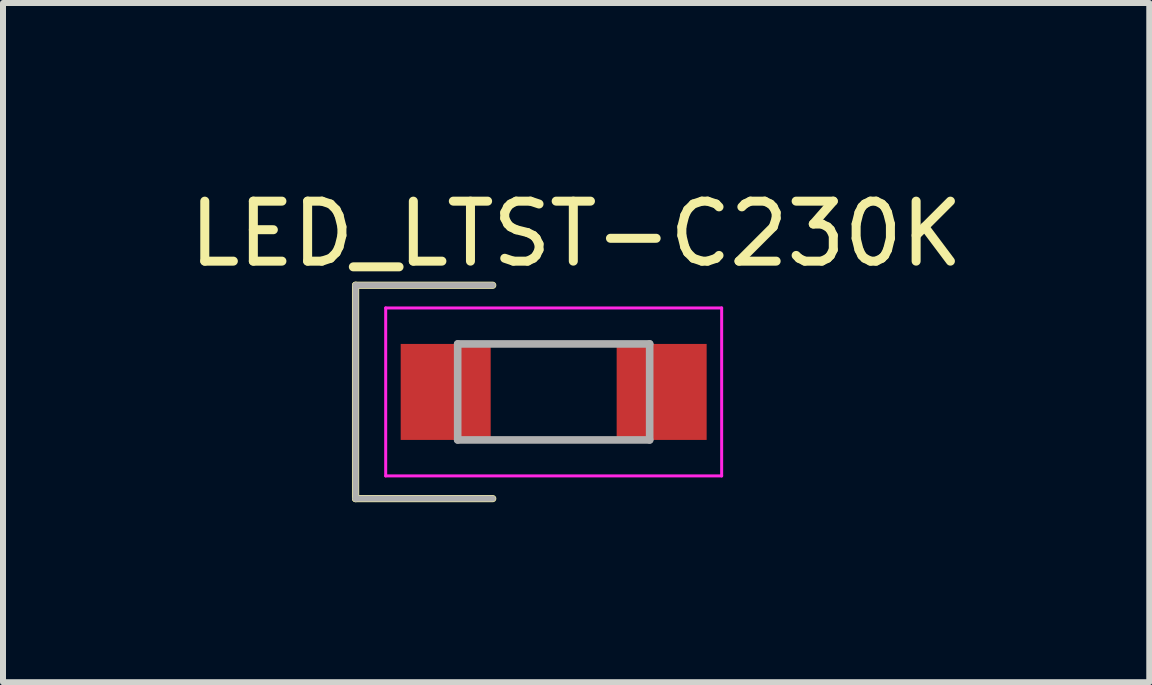
<source format=kicad_pcb>
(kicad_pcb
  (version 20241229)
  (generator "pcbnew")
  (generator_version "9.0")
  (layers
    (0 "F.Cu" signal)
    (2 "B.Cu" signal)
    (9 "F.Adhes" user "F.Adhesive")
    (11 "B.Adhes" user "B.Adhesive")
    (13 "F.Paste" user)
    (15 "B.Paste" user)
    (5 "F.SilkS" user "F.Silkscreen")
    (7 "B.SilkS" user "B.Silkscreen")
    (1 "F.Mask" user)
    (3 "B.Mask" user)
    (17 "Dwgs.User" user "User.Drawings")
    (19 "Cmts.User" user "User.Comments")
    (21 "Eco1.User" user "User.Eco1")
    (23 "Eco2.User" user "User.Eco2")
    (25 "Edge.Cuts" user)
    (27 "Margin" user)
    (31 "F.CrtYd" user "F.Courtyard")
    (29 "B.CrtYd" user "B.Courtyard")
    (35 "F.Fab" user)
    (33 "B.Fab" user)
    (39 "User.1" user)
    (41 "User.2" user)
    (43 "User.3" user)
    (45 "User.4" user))
  (footprint "LED_LTST-C230K"
    (layer "F.Cu")
    (at 6.179 3.483)
    (property "Reference" "LED_LTST-C230K" (at 0.375 -2.635 0) (layer "F.SilkS") (effects (font (size 1 1) (thickness 0.15))))
    (attr smd)
    (fp_line (start -3.302 -1.778) (end -3.302 1.778) (stroke (width 0.12) (type default)) (layer "F.SilkS"))
    (fp_line (start -3.302 1.778) (end -1.016 1.778) (stroke (width 0.12) (type default)) (layer "F.SilkS"))
    (fp_line (start -1.016 -1.778) (end -3.302 -1.778) (stroke (width 0.12) (type default)) (layer "F.SilkS"))
    (fp_line (start -2.8 -1.4) (end 2.8 -1.4) (stroke (width 0.05) (type solid)) (layer "F.CrtYd"))
    (fp_line (start -2.8 1.4) (end -2.8 -1.4) (stroke (width 0.05) (type solid)) (layer "F.CrtYd"))
    (fp_line (start 2.8 -1.4) (end 2.8 1.4) (stroke (width 0.05) (type solid)) (layer "F.CrtYd"))
    (fp_line (start 2.8 1.4) (end -2.8 1.4) (stroke (width 0.05) (type solid)) (layer "F.CrtYd"))
    (fp_line (start -3.302 -1.778) (end -3.302 1.778) (stroke (width 0.1) (type default)) (layer "F.Fab"))
    (fp_line (start -1.6 -0.8) (end 1.6 -0.8) (stroke (width 0.127) (type solid)) (layer "F.Fab"))
    (fp_line (start -1.6 0.8) (end -1.6 -0.8) (stroke (width 0.127) (type solid)) (layer "F.Fab"))
    (fp_line (start -1.016 -1.778) (end -3.302 -1.778) (stroke (width 0.1) (type default)) (layer "F.Fab"))
    (fp_line (start -1.016 1.778) (end -3.302 1.778) (stroke (width 0.1) (type default)) (layer "F.Fab"))
    (fp_line (start 1.6 -0.8) (end 1.6 0.8) (stroke (width 0.127) (type solid)) (layer "F.Fab"))
    (fp_line (start 1.6 0.8) (end -1.6 0.8) (stroke (width 0.127) (type solid)) (layer "F.Fab"))
    (pad "1" smd rect (at -1.8 0) (size 1.5 1.6) (layers "F.Cu" "F.Mask" "F.Paste"))
    (pad "2" smd rect (at 1.8 0) (size 1.5 1.6) (layers "F.Cu" "F.Mask" "F.Paste")))
  (gr_rect
    (start -3 -3)
    (end 16.107 8.321)
    (stroke (width 0.1) (type default))
    (fill no)
    (layer "Edge.Cuts")))
</source>
